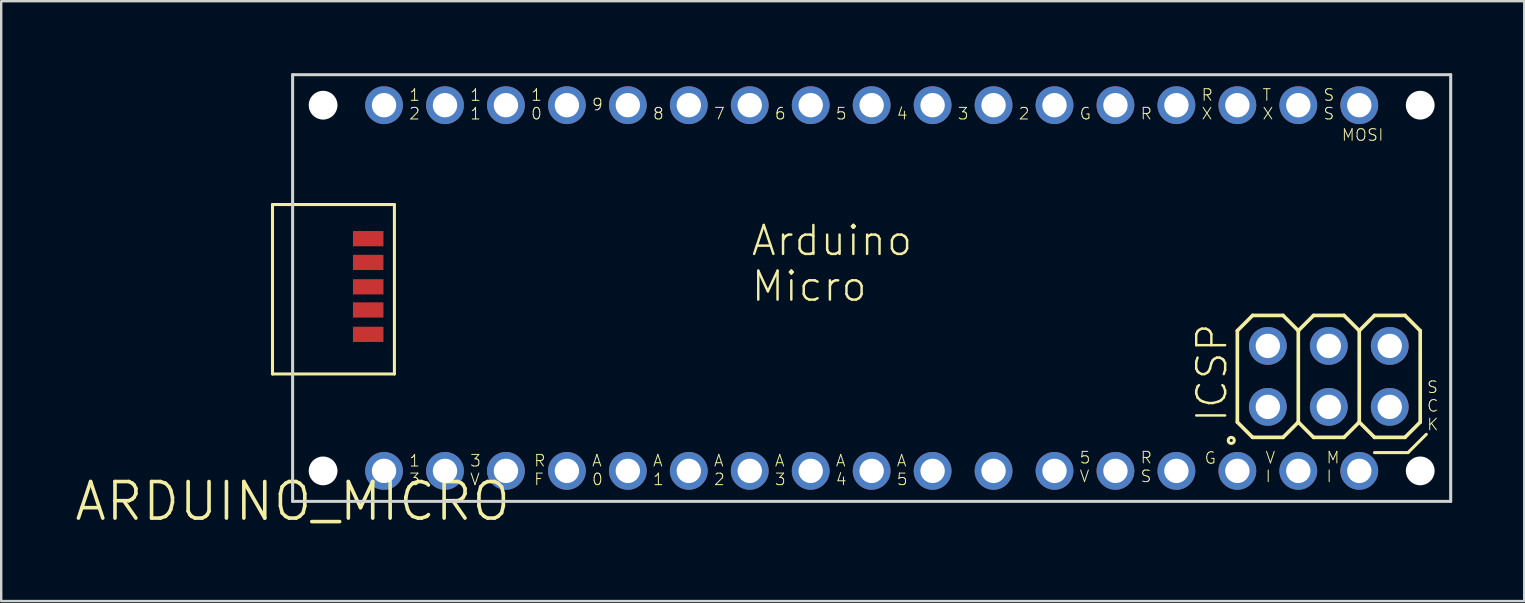
<source format=kicad_pcb>
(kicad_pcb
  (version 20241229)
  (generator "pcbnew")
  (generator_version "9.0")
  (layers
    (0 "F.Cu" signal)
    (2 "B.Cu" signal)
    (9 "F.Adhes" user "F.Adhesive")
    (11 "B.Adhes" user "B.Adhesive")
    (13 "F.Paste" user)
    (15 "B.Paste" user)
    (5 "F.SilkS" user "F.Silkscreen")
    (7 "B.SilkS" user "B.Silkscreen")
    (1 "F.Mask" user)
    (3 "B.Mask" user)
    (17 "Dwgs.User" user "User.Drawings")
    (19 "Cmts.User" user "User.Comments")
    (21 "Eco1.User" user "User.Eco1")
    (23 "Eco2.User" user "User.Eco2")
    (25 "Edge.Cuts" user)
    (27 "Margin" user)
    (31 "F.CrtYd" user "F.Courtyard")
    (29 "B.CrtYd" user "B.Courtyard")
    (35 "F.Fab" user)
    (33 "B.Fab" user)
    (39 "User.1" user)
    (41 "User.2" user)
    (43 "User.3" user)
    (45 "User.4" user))
  (footprint "ARDUINO_MICRO"
    (layer "F.Cu")
    (at 9.144 17.843)
    (property "Reference" "ARDUINO_MICRO" (at 0 0 0) (layer "F.SilkS") (effects (font (size 1.524 1.524) (thickness 0.15))))
    (attr through_hole)
    (fp_line (start -0.838 -12.37) (end -0.838 -5.309) (stroke (width 0.127) (type solid)) (layer "F.SilkS"))
    (fp_line (start -0.838 -5.309) (end 4.242 -5.309) (stroke (width 0.127) (type solid)) (layer "F.SilkS"))
    (fp_line (start 4.242 -12.37) (end -0.838 -12.37) (stroke (width 0.127) (type solid)) (layer "F.SilkS"))
    (fp_line (start 4.242 -5.309) (end 4.242 -12.37) (stroke (width 0.127) (type solid)) (layer "F.SilkS"))
    (fp_line (start 39.37 -3.302) (end 39.37 -7.112) (stroke (width 0.152) (type solid)) (layer "F.SilkS"))
    (fp_line (start 40.005 -7.747) (end 39.37 -7.112) (stroke (width 0.152) (type solid)) (layer "F.SilkS"))
    (fp_line (start 40.005 -2.667) (end 39.37 -3.302) (stroke (width 0.152) (type solid)) (layer "F.SilkS"))
    (fp_line (start 41.275 -7.747) (end 40.005 -7.747) (stroke (width 0.152) (type solid)) (layer "F.SilkS"))
    (fp_line (start 41.275 -2.667) (end 40.005 -2.667) (stroke (width 0.152) (type solid)) (layer "F.SilkS"))
    (fp_line (start 41.91 -7.112) (end 41.275 -7.747) (stroke (width 0.152) (type solid)) (layer "F.SilkS"))
    (fp_line (start 41.91 -3.302) (end 41.275 -2.667) (stroke (width 0.152) (type solid)) (layer "F.SilkS"))
    (fp_line (start 41.91 -3.302) (end 41.91 -7.112) (stroke (width 0.152) (type solid)) (layer "F.SilkS"))
    (fp_line (start 42.545 -7.747) (end 41.91 -7.112) (stroke (width 0.152) (type solid)) (layer "F.SilkS"))
    (fp_line (start 42.545 -2.667) (end 41.91 -3.302) (stroke (width 0.152) (type solid)) (layer "F.SilkS"))
    (fp_line (start 43.815 -7.747) (end 42.545 -7.747) (stroke (width 0.152) (type solid)) (layer "F.SilkS"))
    (fp_line (start 43.815 -2.667) (end 42.545 -2.667) (stroke (width 0.152) (type solid)) (layer "F.SilkS"))
    (fp_line (start 44.45 -7.112) (end 43.815 -7.747) (stroke (width 0.152) (type solid)) (layer "F.SilkS"))
    (fp_line (start 44.45 -3.302) (end 43.815 -2.667) (stroke (width 0.152) (type solid)) (layer "F.SilkS"))
    (fp_line (start 44.45 -3.302) (end 44.45 -7.112) (stroke (width 0.152) (type solid)) (layer "F.SilkS"))
    (fp_line (start 45.085 -7.747) (end 44.45 -7.112) (stroke (width 0.152) (type solid)) (layer "F.SilkS"))
    (fp_line (start 45.085 -2.667) (end 44.45 -3.302) (stroke (width 0.152) (type solid)) (layer "F.SilkS"))
    (fp_line (start 46.355 -7.747) (end 45.085 -7.747) (stroke (width 0.152) (type solid)) (layer "F.SilkS"))
    (fp_line (start 46.355 -2.667) (end 45.085 -2.667) (stroke (width 0.152) (type solid)) (layer "F.SilkS"))
    (fp_line (start 46.482 -2.032) (end 45.085 -2.032) (stroke (width 0.127) (type solid)) (layer "F.SilkS"))
    (fp_line (start 46.99 -7.112) (end 46.355 -7.747) (stroke (width 0.152) (type solid)) (layer "F.SilkS"))
    (fp_line (start 46.99 -3.302) (end 46.355 -2.667) (stroke (width 0.152) (type solid)) (layer "F.SilkS"))
    (fp_line (start 46.99 -3.302) (end 46.99 -7.112) (stroke (width 0.152) (type solid)) (layer "F.SilkS"))
    (fp_line (start 47.244 -2.794) (end 46.482 -2.032) (stroke (width 0.127) (type solid)) (layer "F.SilkS"))
    (fp_circle (center 39.116 -2.54) (end 39.243 -2.54) (stroke (width 0.127) (type solid)) (fill no) (layer "F.SilkS"))
    (fp_poly (pts (xy 3.556 -16.256) (xy 4.064 -16.256) (xy 4.064 -16.764) (xy 3.556 -16.764)) (stroke (width 0.1) (type solid)) (fill no) (layer "Dwgs.User"))
    (fp_poly (pts (xy 3.556 -1.016) (xy 4.064 -1.016) (xy 4.064 -1.524) (xy 3.556 -1.524)) (stroke (width 0.1) (type solid)) (fill no) (layer "Dwgs.User"))
    (fp_poly (pts (xy 6.096 -16.256) (xy 6.604 -16.256) (xy 6.604 -16.764) (xy 6.096 -16.764)) (stroke (width 0.1) (type solid)) (fill no) (layer "Dwgs.User"))
    (fp_poly (pts (xy 6.096 -1.016) (xy 6.604 -1.016) (xy 6.604 -1.524) (xy 6.096 -1.524)) (stroke (width 0.1) (type solid)) (fill no) (layer "Dwgs.User"))
    (fp_poly (pts (xy 8.636 -16.256) (xy 9.144 -16.256) (xy 9.144 -16.764) (xy 8.636 -16.764)) (stroke (width 0.1) (type solid)) (fill no) (layer "Dwgs.User"))
    (fp_poly (pts (xy 8.636 -1.016) (xy 9.144 -1.016) (xy 9.144 -1.524) (xy 8.636 -1.524)) (stroke (width 0.1) (type solid)) (fill no) (layer "Dwgs.User"))
    (fp_poly (pts (xy 11.176 -16.256) (xy 11.684 -16.256) (xy 11.684 -16.764) (xy 11.176 -16.764)) (stroke (width 0.1) (type solid)) (fill no) (layer "Dwgs.User"))
    (fp_poly (pts (xy 11.176 -1.016) (xy 11.684 -1.016) (xy 11.684 -1.524) (xy 11.176 -1.524)) (stroke (width 0.1) (type solid)) (fill no) (layer "Dwgs.User"))
    (fp_poly (pts (xy 13.716 -16.256) (xy 14.224 -16.256) (xy 14.224 -16.764) (xy 13.716 -16.764)) (stroke (width 0.1) (type solid)) (fill no) (layer "Dwgs.User"))
    (fp_poly (pts (xy 13.716 -1.016) (xy 14.224 -1.016) (xy 14.224 -1.524) (xy 13.716 -1.524)) (stroke (width 0.1) (type solid)) (fill no) (layer "Dwgs.User"))
    (fp_poly (pts (xy 16.256 -16.256) (xy 16.764 -16.256) (xy 16.764 -16.764) (xy 16.256 -16.764)) (stroke (width 0.1) (type solid)) (fill no) (layer "Dwgs.User"))
    (fp_poly (pts (xy 16.256 -1.016) (xy 16.764 -1.016) (xy 16.764 -1.524) (xy 16.256 -1.524)) (stroke (width 0.1) (type solid)) (fill no) (layer "Dwgs.User"))
    (fp_poly (pts (xy 18.796 -16.256) (xy 19.304 -16.256) (xy 19.304 -16.764) (xy 18.796 -16.764)) (stroke (width 0.1) (type solid)) (fill no) (layer "Dwgs.User"))
    (fp_poly (pts (xy 18.796 -1.016) (xy 19.304 -1.016) (xy 19.304 -1.524) (xy 18.796 -1.524)) (stroke (width 0.1) (type solid)) (fill no) (layer "Dwgs.User"))
    (fp_poly (pts (xy 21.336 -16.256) (xy 21.844 -16.256) (xy 21.844 -16.764) (xy 21.336 -16.764)) (stroke (width 0.1) (type solid)) (fill no) (layer "Dwgs.User"))
    (fp_poly (pts (xy 21.336 -1.016) (xy 21.844 -1.016) (xy 21.844 -1.524) (xy 21.336 -1.524)) (stroke (width 0.1) (type solid)) (fill no) (layer "Dwgs.User"))
    (fp_poly (pts (xy 23.876 -16.256) (xy 24.384 -16.256) (xy 24.384 -16.764) (xy 23.876 -16.764)) (stroke (width 0.1) (type solid)) (fill no) (layer "Dwgs.User"))
    (fp_poly (pts (xy 23.876 -1.016) (xy 24.384 -1.016) (xy 24.384 -1.524) (xy 23.876 -1.524)) (stroke (width 0.1) (type solid)) (fill no) (layer "Dwgs.User"))
    (fp_poly (pts (xy 26.416 -16.256) (xy 26.924 -16.256) (xy 26.924 -16.764) (xy 26.416 -16.764)) (stroke (width 0.1) (type solid)) (fill no) (layer "Dwgs.User"))
    (fp_poly (pts (xy 26.416 -1.016) (xy 26.924 -1.016) (xy 26.924 -1.524) (xy 26.416 -1.524)) (stroke (width 0.1) (type solid)) (fill no) (layer "Dwgs.User"))
    (fp_poly (pts (xy 28.956 -16.256) (xy 29.464 -16.256) (xy 29.464 -16.764) (xy 28.956 -16.764)) (stroke (width 0.1) (type solid)) (fill no) (layer "Dwgs.User"))
    (fp_poly (pts (xy 28.956 -1.016) (xy 29.464 -1.016) (xy 29.464 -1.524) (xy 28.956 -1.524)) (stroke (width 0.1) (type solid)) (fill no) (layer "Dwgs.User"))
    (fp_poly (pts (xy 31.496 -16.256) (xy 32.004 -16.256) (xy 32.004 -16.764) (xy 31.496 -16.764)) (stroke (width 0.1) (type solid)) (fill no) (layer "Dwgs.User"))
    (fp_poly (pts (xy 31.496 -1.016) (xy 32.004 -1.016) (xy 32.004 -1.524) (xy 31.496 -1.524)) (stroke (width 0.1) (type solid)) (fill no) (layer "Dwgs.User"))
    (fp_poly (pts (xy 34.036 -16.256) (xy 34.544 -16.256) (xy 34.544 -16.764) (xy 34.036 -16.764)) (stroke (width 0.1) (type solid)) (fill no) (layer "Dwgs.User"))
    (fp_poly (pts (xy 34.036 -1.016) (xy 34.544 -1.016) (xy 34.544 -1.524) (xy 34.036 -1.524)) (stroke (width 0.1) (type solid)) (fill no) (layer "Dwgs.User"))
    (fp_poly (pts (xy 36.576 -16.256) (xy 37.084 -16.256) (xy 37.084 -16.764) (xy 36.576 -16.764)) (stroke (width 0.1) (type solid)) (fill no) (layer "Dwgs.User"))
    (fp_poly (pts (xy 36.576 -1.016) (xy 37.084 -1.016) (xy 37.084 -1.524) (xy 36.576 -1.524)) (stroke (width 0.1) (type solid)) (fill no) (layer "Dwgs.User"))
    (fp_poly (pts (xy 39.116 -16.256) (xy 39.624 -16.256) (xy 39.624 -16.764) (xy 39.116 -16.764)) (stroke (width 0.1) (type solid)) (fill no) (layer "Dwgs.User"))
    (fp_poly (pts (xy 39.116 -1.016) (xy 39.624 -1.016) (xy 39.624 -1.524) (xy 39.116 -1.524)) (stroke (width 0.1) (type solid)) (fill no) (layer "Dwgs.User"))
    (fp_poly (pts (xy 40.386 -6.223) (xy 40.894 -6.223) (xy 40.894 -6.731) (xy 40.386 -6.731)) (stroke (width 0.1) (type solid)) (fill no) (layer "Dwgs.User"))
    (fp_poly (pts (xy 40.386 -3.683) (xy 40.894 -3.683) (xy 40.894 -4.191) (xy 40.386 -4.191)) (stroke (width 0.1) (type solid)) (fill no) (layer "Dwgs.User"))
    (fp_poly (pts (xy 41.656 -16.256) (xy 42.164 -16.256) (xy 42.164 -16.764) (xy 41.656 -16.764)) (stroke (width 0.1) (type solid)) (fill no) (layer "Dwgs.User"))
    (fp_poly (pts (xy 41.656 -1.016) (xy 42.164 -1.016) (xy 42.164 -1.524) (xy 41.656 -1.524)) (stroke (width 0.1) (type solid)) (fill no) (layer "Dwgs.User"))
    (fp_poly (pts (xy 42.926 -6.223) (xy 43.434 -6.223) (xy 43.434 -6.731) (xy 42.926 -6.731)) (stroke (width 0.1) (type solid)) (fill no) (layer "Dwgs.User"))
    (fp_poly (pts (xy 42.926 -3.683) (xy 43.434 -3.683) (xy 43.434 -4.191) (xy 42.926 -4.191)) (stroke (width 0.1) (type solid)) (fill no) (layer "Dwgs.User"))
    (fp_poly (pts (xy 44.196 -16.256) (xy 44.704 -16.256) (xy 44.704 -16.764) (xy 44.196 -16.764)) (stroke (width 0.1) (type solid)) (fill no) (layer "Dwgs.User"))
    (fp_poly (pts (xy 44.196 -1.016) (xy 44.704 -1.016) (xy 44.704 -1.524) (xy 44.196 -1.524)) (stroke (width 0.1) (type solid)) (fill no) (layer "Dwgs.User"))
    (fp_poly (pts (xy 45.466 -6.223) (xy 45.974 -6.223) (xy 45.974 -6.731) (xy 45.466 -6.731)) (stroke (width 0.1) (type solid)) (fill no) (layer "Dwgs.User"))
    (fp_poly (pts (xy 45.466 -3.683) (xy 45.974 -3.683) (xy 45.974 -4.191) (xy 45.466 -4.191)) (stroke (width 0.1) (type solid)) (fill no) (layer "Dwgs.User"))
    (fp_line (start 0 -17.78) (end 48.26 -17.78) (stroke (width 0.127) (type solid)) (layer "Edge.Cuts"))
    (fp_line (start 0 0) (end 0 -17.78) (stroke (width 0.127) (type solid)) (layer "Edge.Cuts"))
    (fp_line (start 48.26 -17.78) (end 48.26 0) (stroke (width 0.127) (type solid)) (layer "Edge.Cuts"))
    (fp_line (start 48.26 0) (end 0 0) (stroke (width 0.127) (type solid)) (layer "Edge.Cuts"))
    (fp_text user "5" (at 22.606 -15.875 0) (layer "F.SilkS") (effects (font (size 0.483 0.483) (thickness 0.041)) (justify left bottom)))
    (fp_text user "7" (at 17.526 -15.875 0) (layer "F.SilkS") (effects (font (size 0.483 0.483) (thickness 0.041)) (justify left bottom)))
    (fp_text user "4" (at 25.146 -15.875 0) (layer "F.SilkS") (effects (font (size 0.483 0.483) (thickness 0.041)) (justify left bottom)))
    (fp_text user "G" (at 32.766 -15.875 0) (layer "F.SilkS") (effects (font (size 0.483 0.483) (thickness 0.041)) (justify left bottom)))
    (fp_text user "8" (at 14.986 -15.875 0) (layer "F.SilkS") (effects (font (size 0.483 0.483) (thickness 0.041)) (justify left bottom)))
    (fp_text user "6" (at 20.066 -15.875 0) (layer "F.SilkS") (effects (font (size 0.483 0.483) (thickness 0.041)) (justify left bottom)))
    (fp_text user "1\n1" (at 7.366 -15.875 0) (layer "F.SilkS") (effects (font (size 0.483 0.483) (thickness 0.041)) (justify left bottom)))
    (fp_text user "S\nC\nK" (at 47.244 -2.921 0) (layer "F.SilkS") (effects (font (size 0.483 0.483) (thickness 0.041)) (justify left bottom)))
    (fp_text user "R\nX" (at 37.846 -15.875 0) (layer "F.SilkS") (effects (font (size 0.483 0.483) (thickness 0.041)) (justify left bottom)))
    (fp_text user "MOSI" (at 43.688 -14.986 0) (layer "F.SilkS") (effects (font (size 0.483 0.483) (thickness 0.041)) (justify left bottom)))
    (fp_text user "M\nI" (at 43.053 -0.762 0) (layer "F.SilkS") (effects (font (size 0.483 0.483) (thickness 0.041)) (justify left bottom)))
    (fp_text user "Micro" (at 19.05 -8.255 0) (layer "F.SilkS") (effects (font (size 1.206 1.206) (thickness 0.102)) (justify left bottom)))
    (fp_text user "V\nI" (at 40.513 -0.762 0) (layer "F.SilkS") (effects (font (size 0.483 0.483) (thickness 0.041)) (justify left bottom)))
    (fp_text user "2" (at 30.226 -15.875 0) (layer "F.SilkS") (effects (font (size 0.483 0.483) (thickness 0.041)) (justify left bottom)))
    (fp_text user "A\n3" (at 20.066 -0.635 0) (layer "F.SilkS") (effects (font (size 0.483 0.483) (thickness 0.041)) (justify left bottom)))
    (fp_text user "A\n2" (at 17.526 -0.635 0) (layer "F.SilkS") (effects (font (size 0.483 0.483) (thickness 0.041)) (justify left bottom)))
    (fp_text user "9" (at 12.446 -16.256 0) (layer "F.SilkS") (effects (font (size 0.483 0.483) (thickness 0.041)) (justify left bottom)))
    (fp_text user "1\n3" (at 4.826 -0.635 0) (layer "F.SilkS") (effects (font (size 0.483 0.483) (thickness 0.041)) (justify left bottom)))
    (fp_text user "A\n1" (at 14.986 -0.635 0) (layer "F.SilkS") (effects (font (size 0.483 0.483) (thickness 0.041)) (justify left bottom)))
    (fp_text user "ICSP" (at 39.014 -3.226 90) (layer "F.SilkS") (effects (font (size 1.206 1.206) (thickness 0.102)) (justify left bottom)))
    (fp_text user "G" (at 37.973 -1.524 0) (layer "F.SilkS") (effects (font (size 0.483 0.483) (thickness 0.041)) (justify left bottom)))
    (fp_text user "3" (at 27.686 -15.875 0) (layer "F.SilkS") (effects (font (size 0.483 0.483) (thickness 0.041)) (justify left bottom)))
    (fp_text user "A\n0" (at 12.446 -0.635 0) (layer "F.SilkS") (effects (font (size 0.483 0.483) (thickness 0.041)) (justify left bottom)))
    (fp_text user "A\n5" (at 25.146 -0.635 0) (layer "F.SilkS") (effects (font (size 0.483 0.483) (thickness 0.041)) (justify left bottom)))
    (fp_text user "R\nS" (at 35.306 -0.762 0) (layer "F.SilkS") (effects (font (size 0.483 0.483) (thickness 0.041)) (justify left bottom)))
    (fp_text user "S\nS" (at 42.926 -15.875 0) (layer "F.SilkS") (effects (font (size 0.483 0.483) (thickness 0.041)) (justify left bottom)))
    (fp_text user "5\nV" (at 32.766 -0.762 0) (layer "F.SilkS") (effects (font (size 0.483 0.483) (thickness 0.041)) (justify left bottom)))
    (fp_text user "R" (at 35.306 -15.875 0) (layer "F.SilkS") (effects (font (size 0.483 0.483) (thickness 0.041)) (justify left bottom)))
    (fp_text user "R\nF" (at 10.033 -0.635 0) (layer "F.SilkS") (effects (font (size 0.483 0.483) (thickness 0.041)) (justify left bottom)))
    (fp_text user "A\n4" (at 22.606 -0.635 0) (layer "F.SilkS") (effects (font (size 0.483 0.483) (thickness 0.041)) (justify left bottom)))
    (fp_text user "1\n2" (at 4.826 -15.875 0) (layer "F.SilkS") (effects (font (size 0.483 0.483) (thickness 0.041)) (justify left bottom)))
    (fp_text user "3\nV" (at 7.366 -0.635 0) (layer "F.SilkS") (effects (font (size 0.483 0.483) (thickness 0.041)) (justify left bottom)))
    (fp_text user "T\nX" (at 40.386 -15.875 0) (layer "F.SilkS") (effects (font (size 0.483 0.483) (thickness 0.041)) (justify left bottom)))
    (fp_text user "Arduino" (at 19.05 -10.16 0) (layer "F.SilkS") (effects (font (size 1.206 1.206) (thickness 0.102)) (justify left bottom)))
    (fp_text user "1\n0" (at 9.906 -15.875 0) (layer "F.SilkS") (effects (font (size 0.483 0.483) (thickness 0.041)) (justify left bottom)))
    (pad "" np_thru_hole circle (at 1.27 -16.51) (size 1.2 1.2) (drill 1.2) (layers "*.Cu"))
    (pad "" np_thru_hole circle (at 1.27 -1.27) (size 1.2 1.2) (drill 1.2) (layers "*.Cu"))
    (pad "" np_thru_hole circle (at 46.99 -16.51) (size 1.2 1.2) (drill 1.2) (layers "*.Cu"))
    (pad "" np_thru_hole circle (at 46.99 -1.27) (size 1.2 1.2) (drill 1.2) (layers "*.Cu"))
    (pad "+5V" thru_hole circle (at 31.75 -1.27 90) (size 1.575 1.575) (drill 1.016) (layers "*.Cu" "*.Mask"))
    (pad "3V3" thru_hole circle (at 6.35 -1.27 90) (size 1.575 1.575) (drill 1.016) (layers "*.Cu" "*.Mask"))
    (pad "5V" thru_hole circle (at 40.64 -6.477 180) (size 1.575 1.575) (drill 1.016) (layers "*.Cu" "*.Mask"))
    (pad "<USB" smd rect (at 3.15 -10.947) (size 1.27 0.635) (layers "F.Cu" "F.Mask" "F.Paste"))
    (pad "<USB" smd rect (at 3.15 -9.957) (size 1.27 0.635) (layers "F.Cu" "F.Mask" "F.Paste"))
    (pad "<USB" smd rect (at 3.15 -8.941) (size 1.27 0.635) (layers "F.Cu" "F.Mask" "F.Paste"))
    (pad "<USB" smd rect (at 3.15 -7.976) (size 1.27 0.635) (layers "F.Cu" "F.Mask" "F.Paste"))
    (pad "<USB" smd rect (at 3.15 -6.96) (size 1.27 0.635) (layers "F.Cu" "F.Mask" "F.Paste"))
    (pad "A0" thru_hole circle (at 11.43 -1.27 90) (size 1.575 1.575) (drill 1.016) (layers "*.Cu" "*.Mask"))
    (pad "A1" thru_hole circle (at 13.97 -1.27 90) (size 1.575 1.575) (drill 1.016) (layers "*.Cu" "*.Mask"))
    (pad "A2" thru_hole circle (at 16.51 -1.27 90) (size 1.575 1.575) (drill 1.016) (layers "*.Cu" "*.Mask"))
    (pad "A3" thru_hole circle (at 19.05 -1.27 90) (size 1.575 1.575) (drill 1.016) (layers "*.Cu" "*.Mask"))
    (pad "A4" thru_hole circle (at 21.59 -1.27 90) (size 1.575 1.575) (drill 1.016) (layers "*.Cu" "*.Mask"))
    (pad "A5" thru_hole circle (at 24.13 -1.27 90) (size 1.575 1.575) (drill 1.016) (layers "*.Cu" "*.Mask"))
    (pad "D2" thru_hole circle (at 29.21 -16.51 90) (size 1.575 1.575) (drill 1.016) (layers "*.Cu" "*.Mask"))
    (pad "D3" thru_hole circle (at 26.67 -16.51 90) (size 1.575 1.575) (drill 1.016) (layers "*.Cu" "*.Mask"))
    (pad "D4" thru_hole circle (at 24.13 -16.51 90) (size 1.575 1.575) (drill 1.016) (layers "*.Cu" "*.Mask"))
    (pad "D5" thru_hole circle (at 21.59 -16.51 90) (size 1.575 1.575) (drill 1.016) (layers "*.Cu" "*.Mask"))
    (pad "D6" thru_hole circle (at 19.05 -16.51 90) (size 1.575 1.575) (drill 1.016) (layers "*.Cu" "*.Mask"))
    (pad "D7" thru_hole circle (at 16.51 -16.51 90) (size 1.575 1.575) (drill 1.016) (layers "*.Cu" "*.Mask"))
    (pad "D8" thru_hole circle (at 13.97 -16.51 90) (size 1.575 1.575) (drill 1.016) (layers "*.Cu" "*.Mask"))
    (pad "D9" thru_hole circle (at 11.43 -16.51 90) (size 1.575 1.575) (drill 1.016) (layers "*.Cu" "*.Mask"))
    (pad "D10" thru_hole circle (at 8.89 -16.51 90) (size 1.575 1.575) (drill 1.016) (layers "*.Cu" "*.Mask"))
    (pad "D11" thru_hole circle (at 6.35 -16.51 90) (size 1.575 1.575) (drill 1.016) (layers "*.Cu" "*.Mask"))
    (pad "D12" thru_hole circle (at 3.81 -16.51 90) (size 1.575 1.575) (drill 1.016) (layers "*.Cu" "*.Mask"))
    (pad "D13" thru_hole circle (at 3.81 -1.27 90) (size 1.575 1.575) (drill 1.016) (layers "*.Cu" "*.Mask"))
    (pad "GND" thru_hole circle (at 31.75 -16.51 90) (size 1.575 1.575) (drill 1.016) (layers "*.Cu" "*.Mask"))
    (pad "GND." thru_hole circle (at 36.83 -1.27 90) (size 1.575 1.575) (drill 1.016) (layers "*.Cu" "*.Mask"))
    (pad "GND_" thru_hole circle (at 45.72 -6.477 180) (size 1.575 1.575) (drill 1.016) (layers "*.Cu" "*.Mask"))
    (pad "MISO" thru_hole circle (at 40.64 -3.937 180) (size 1.575 1.575) (drill 1.016) (layers "*.Cu" "*.Mask"))
    (pad "MISO" thru_hole circle (at 41.91 -1.27 90) (size 1.575 1.575) (drill 1.016) (layers "*.Cu" "*.Mask"))
    (pad "MOSI" thru_hole circle (at 43.18 -6.477 180) (size 1.575 1.575) (drill 1.016) (layers "*.Cu" "*.Mask"))
    (pad "MOSI" thru_hole circle (at 44.45 -16.51 90) (size 1.575 1.575) (drill 1.016) (layers "*.Cu" "*.Mask"))
    (pad "NC" thru_hole circle (at 26.67 -1.27 90) (size 1.575 1.575) (drill 1.016) (layers "*.Cu" "*.Mask"))
    (pad "NC." thru_hole circle (at 29.21 -1.27 90) (size 1.575 1.575) (drill 1.016) (layers "*.Cu" "*.Mask"))
    (pad "REF" thru_hole circle (at 8.89 -1.27 90) (size 1.575 1.575) (drill 1.016) (layers "*.Cu" "*.Mask"))
    (pad "RESE" thru_hole circle (at 45.72 -3.937 180) (size 1.575 1.575) (drill 1.016) (layers "*.Cu" "*.Mask"))
    (pad "RST" thru_hole circle (at 34.29 -16.51 90) (size 1.575 1.575) (drill 1.016) (layers "*.Cu" "*.Mask"))
    (pad "RST." thru_hole circle (at 34.29 -1.27 90) (size 1.575 1.575) (drill 1.016) (layers "*.Cu" "*.Mask"))
    (pad "RX1" thru_hole circle (at 36.83 -16.51 90) (size 1.575 1.575) (drill 1.016) (layers "*.Cu" "*.Mask"))
    (pad "SCK" thru_hole circle (at 44.45 -1.27 90) (size 1.575 1.575) (drill 1.016) (layers "*.Cu" "*.Mask"))
    (pad "SCK." thru_hole circle (at 43.18 -3.937 180) (size 1.575 1.575) (drill 1.016) (layers "*.Cu" "*.Mask"))
    (pad "SS" thru_hole circle (at 41.91 -16.51 90) (size 1.575 1.575) (drill 1.016) (layers "*.Cu" "*.Mask"))
    (pad "TX1" thru_hole circle (at 39.37 -16.51 90) (size 1.575 1.575) (drill 1.016) (layers "*.Cu" "*.Mask"))
    (pad "VIN" thru_hole circle (at 39.37 -1.27 90) (size 1.575 1.575) (drill 1.016) (layers "*.Cu" "*.Mask")))
  (gr_rect
    (start -3 -3)
    (end 60.468 21.998)
    (stroke (width 0.1) (type default))
    (fill no)
    (layer "Edge.Cuts")))
</source>
